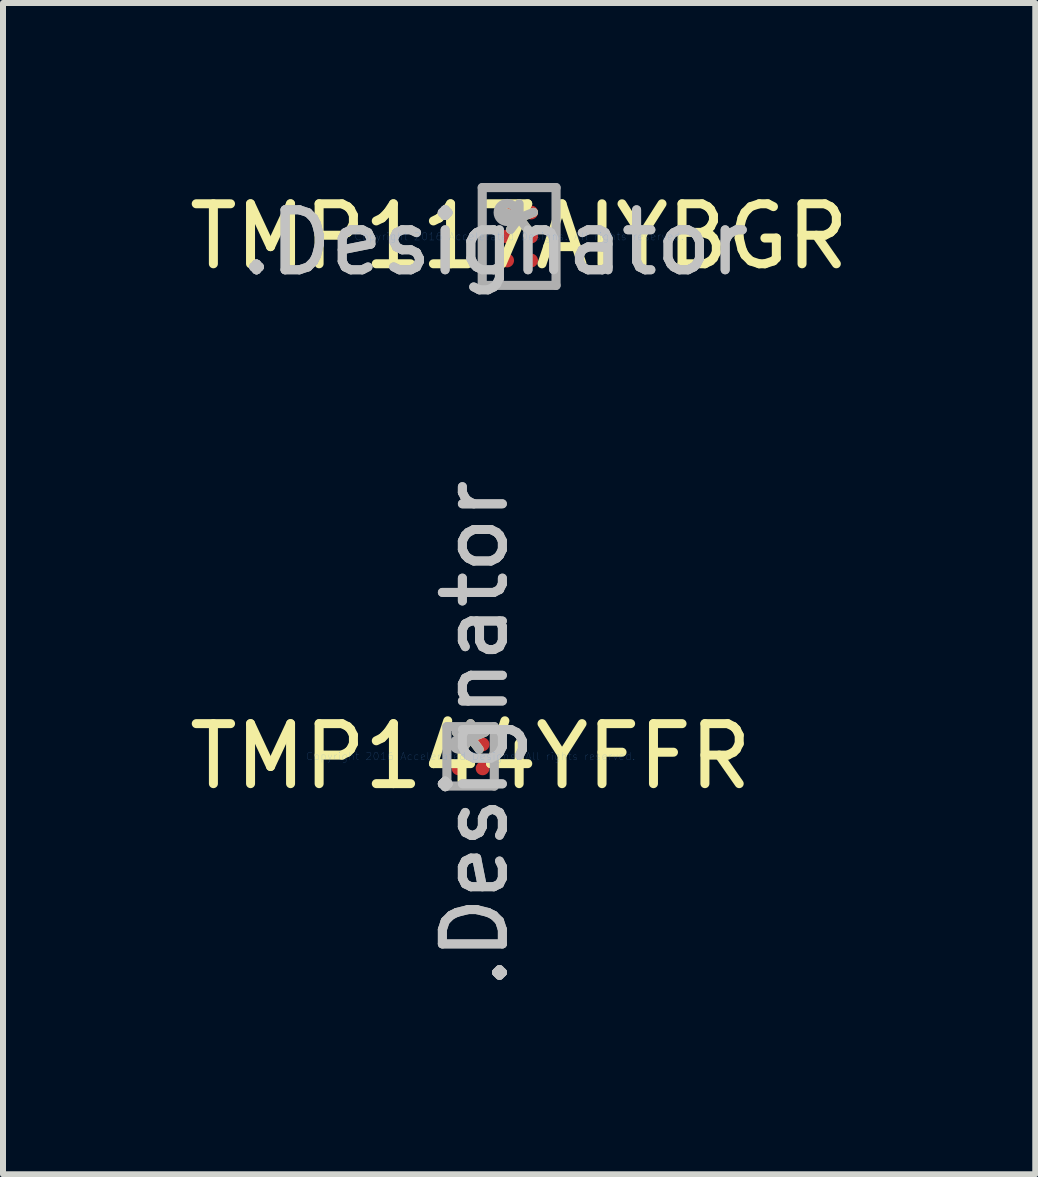
<source format=kicad_pcb>
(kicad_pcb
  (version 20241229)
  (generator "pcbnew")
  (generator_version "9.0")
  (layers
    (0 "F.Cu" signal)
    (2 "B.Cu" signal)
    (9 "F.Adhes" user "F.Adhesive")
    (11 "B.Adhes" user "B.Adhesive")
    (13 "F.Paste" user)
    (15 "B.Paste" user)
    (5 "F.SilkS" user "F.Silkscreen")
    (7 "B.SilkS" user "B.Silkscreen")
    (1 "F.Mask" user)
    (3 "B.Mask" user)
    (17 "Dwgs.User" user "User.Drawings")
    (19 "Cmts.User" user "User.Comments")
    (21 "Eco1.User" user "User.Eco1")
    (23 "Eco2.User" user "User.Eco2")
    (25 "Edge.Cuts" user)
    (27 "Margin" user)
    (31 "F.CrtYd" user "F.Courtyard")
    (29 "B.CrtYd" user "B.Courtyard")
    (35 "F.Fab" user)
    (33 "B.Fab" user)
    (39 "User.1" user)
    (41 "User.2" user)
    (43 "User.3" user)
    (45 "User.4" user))
  (footprint "TMP117AIYBGR"
    (layer "F.Cu")
    (at 5.601 0.891)
    (property "Reference" "TMP117AIYBGR" (at 0 0 0) (layer "F.SilkS") (effects (font (size 1 1) (thickness 0.15))))
    (attr through_hole)
    (fp_line (start -0.325 -0.475) (end -0.275 -0.525) (stroke (width 0.152) (type solid)) (layer "F.Paste"))
    (fp_line (start -0.325 -0.325) (end -0.325 -0.475) (stroke (width 0.152) (type solid)) (layer "F.Paste"))
    (fp_line (start -0.325 -0.075) (end -0.275 -0.125) (stroke (width 0.152) (type solid)) (layer "F.Paste"))
    (fp_line (start -0.325 0.075) (end -0.325 -0.075) (stroke (width 0.152) (type solid)) (layer "F.Paste"))
    (fp_line (start -0.325 0.325) (end -0.275 0.275) (stroke (width 0.152) (type solid)) (layer "F.Paste"))
    (fp_line (start -0.325 0.475) (end -0.325 0.325) (stroke (width 0.152) (type solid)) (layer "F.Paste"))
    (fp_line (start -0.275 -0.525) (end -0.125 -0.525) (stroke (width 0.152) (type solid)) (layer "F.Paste"))
    (fp_line (start -0.275 -0.275) (end -0.325 -0.325) (stroke (width 0.152) (type solid)) (layer "F.Paste"))
    (fp_line (start -0.275 -0.125) (end -0.125 -0.125) (stroke (width 0.152) (type solid)) (layer "F.Paste"))
    (fp_line (start -0.275 0.125) (end -0.325 0.075) (stroke (width 0.152) (type solid)) (layer "F.Paste"))
    (fp_line (start -0.275 0.275) (end -0.125 0.275) (stroke (width 0.152) (type solid)) (layer "F.Paste"))
    (fp_line (start -0.275 0.525) (end -0.325 0.475) (stroke (width 0.152) (type solid)) (layer "F.Paste"))
    (fp_line (start -0.125 -0.525) (end -0.075 -0.475) (stroke (width 0.152) (type solid)) (layer "F.Paste"))
    (fp_line (start -0.125 -0.275) (end -0.275 -0.275) (stroke (width 0.152) (type solid)) (layer "F.Paste"))
    (fp_line (start -0.125 -0.125) (end -0.075 -0.075) (stroke (width 0.152) (type solid)) (layer "F.Paste"))
    (fp_line (start -0.125 0.125) (end -0.275 0.125) (stroke (width 0.152) (type solid)) (layer "F.Paste"))
    (fp_line (start -0.125 0.275) (end -0.075 0.325) (stroke (width 0.152) (type solid)) (layer "F.Paste"))
    (fp_line (start -0.125 0.525) (end -0.275 0.525) (stroke (width 0.152) (type solid)) (layer "F.Paste"))
    (fp_line (start -0.075 -0.475) (end -0.075 -0.325) (stroke (width 0.152) (type solid)) (layer "F.Paste"))
    (fp_line (start -0.075 -0.325) (end -0.125 -0.275) (stroke (width 0.152) (type solid)) (layer "F.Paste"))
    (fp_line (start -0.075 -0.075) (end -0.075 0.075) (stroke (width 0.152) (type solid)) (layer "F.Paste"))
    (fp_line (start -0.075 0.075) (end -0.125 0.125) (stroke (width 0.152) (type solid)) (layer "F.Paste"))
    (fp_line (start -0.075 0.325) (end -0.075 0.475) (stroke (width 0.152) (type solid)) (layer "F.Paste"))
    (fp_line (start -0.075 0.475) (end -0.125 0.525) (stroke (width 0.152) (type solid)) (layer "F.Paste"))
    (fp_line (start 0.075 -0.475) (end 0.125 -0.525) (stroke (width 0.152) (type solid)) (layer "F.Paste"))
    (fp_line (start 0.075 -0.325) (end 0.075 -0.475) (stroke (width 0.152) (type solid)) (layer "F.Paste"))
    (fp_line (start 0.075 -0.075) (end 0.125 -0.125) (stroke (width 0.152) (type solid)) (layer "F.Paste"))
    (fp_line (start 0.075 0.075) (end 0.075 -0.075) (stroke (width 0.152) (type solid)) (layer "F.Paste"))
    (fp_line (start 0.075 0.325) (end 0.125 0.275) (stroke (width 0.152) (type solid)) (layer "F.Paste"))
    (fp_line (start 0.075 0.475) (end 0.075 0.325) (stroke (width 0.152) (type solid)) (layer "F.Paste"))
    (fp_line (start 0.125 -0.525) (end 0.275 -0.525) (stroke (width 0.152) (type solid)) (layer "F.Paste"))
    (fp_line (start 0.125 -0.275) (end 0.075 -0.325) (stroke (width 0.152) (type solid)) (layer "F.Paste"))
    (fp_line (start 0.125 -0.125) (end 0.275 -0.125) (stroke (width 0.152) (type solid)) (layer "F.Paste"))
    (fp_line (start 0.125 0.125) (end 0.075 0.075) (stroke (width 0.152) (type solid)) (layer "F.Paste"))
    (fp_line (start 0.125 0.275) (end 0.275 0.275) (stroke (width 0.152) (type solid)) (layer "F.Paste"))
    (fp_line (start 0.125 0.525) (end 0.075 0.475) (stroke (width 0.152) (type solid)) (layer "F.Paste"))
    (fp_line (start 0.275 -0.525) (end 0.325 -0.475) (stroke (width 0.152) (type solid)) (layer "F.Paste"))
    (fp_line (start 0.275 -0.275) (end 0.125 -0.275) (stroke (width 0.152) (type solid)) (layer "F.Paste"))
    (fp_line (start 0.275 -0.125) (end 0.325 -0.075) (stroke (width 0.152) (type solid)) (layer "F.Paste"))
    (fp_line (start 0.275 0.125) (end 0.125 0.125) (stroke (width 0.152) (type solid)) (layer "F.Paste"))
    (fp_line (start 0.275 0.275) (end 0.325 0.325) (stroke (width 0.152) (type solid)) (layer "F.Paste"))
    (fp_line (start 0.275 0.525) (end 0.125 0.525) (stroke (width 0.152) (type solid)) (layer "F.Paste"))
    (fp_line (start 0.325 -0.475) (end 0.325 -0.325) (stroke (width 0.152) (type solid)) (layer "F.Paste"))
    (fp_line (start 0.325 -0.325) (end 0.275 -0.275) (stroke (width 0.152) (type solid)) (layer "F.Paste"))
    (fp_line (start 0.325 -0.075) (end 0.325 0.075) (stroke (width 0.152) (type solid)) (layer "F.Paste"))
    (fp_line (start 0.325 0.075) (end 0.275 0.125) (stroke (width 0.152) (type solid)) (layer "F.Paste"))
    (fp_line (start 0.325 0.325) (end 0.325 0.475) (stroke (width 0.152) (type solid)) (layer "F.Paste"))
    (fp_line (start 0.325 0.475) (end 0.275 0.525) (stroke (width 0.152) (type solid)) (layer "F.Paste"))
    (fp_line (start -0.615 -0.815) (end 0.615 -0.815) (stroke (width 0.152) (type solid)) (layer "F.Fab"))
    (fp_line (start -0.615 0.815) (end -0.615 -0.815) (stroke (width 0.152) (type solid)) (layer "F.Fab"))
    (fp_line (start -0.615 0.815) (end 0.615 0.815) (stroke (width 0.152) (type solid)) (layer "F.Fab"))
    (fp_line (start 0.615 0.815) (end 0.615 -0.815) (stroke (width 0.152) (type solid)) (layer "F.Fab"))
    (fp_circle (center -0.2 -0.4) (end -0.05 -0.4) (stroke (width 0.152) (type solid)) (fill no) (layer "F.Fab"))
    (fp_text user "*" (at 0 0 0) (layer "F.SilkS") (effects (font (size 1 1) (thickness 0.15))))
    (fp_text user ".Designator" (at -0.4 0.1 0) (layer "Dwgs.User") (effects (font (size 1 1) (thickness 0.15))))
    (fp_text user "Copyright 2016 Accelerated Designs. All rights reserved." (at 0 0 0) (layer "Cmts.User") (effects (font (size 0.127 0.127) (thickness 0.002))))
    (fp_text user "*" (at 0 0 0) (layer "F.Fab") (effects (font (size 1 1) (thickness 0.15))))
    (fp_text user ".Designator" (at -0.4 0.1 0) (layer "F.Fab") (effects (font (size 1 1) (thickness 0.15))))
    (pad "1" smd circle (at -0.2 -0.4) (size 0.23 0.23) (layers "F.Cu" "F.Mask" "F.Paste"))
    (pad "2" smd circle (at 0.2 -0.4) (size 0.23 0.23) (layers "F.Cu" "F.Mask" "F.Paste"))
    (pad "3" smd circle (at -0.2 0) (size 0.23 0.23) (layers "F.Cu" "F.Mask" "F.Paste"))
    (pad "4" smd circle (at 0.2 0) (size 0.23 0.23) (layers "F.Cu" "F.Mask" "F.Paste"))
    (pad "5" smd circle (at -0.2 0.4) (size 0.23 0.23) (layers "F.Cu" "F.Mask" "F.Paste"))
    (pad "6" smd circle (at 0.2 0.4) (size 0.23 0.23) (layers "F.Cu" "F.Mask" "F.Paste")))
  (footprint "TMP144YFFR"
    (layer "F.Cu")
    (at 4.792 9.554)
    (property "Reference" "TMP144YFFR" (at 0 0 0) (layer "F.SilkS") (effects (font (size 1 1) (thickness 0.15))))
    (attr through_hole)
    (fp_line (start -0.325 -0.275) (end -0.325 -0.125) (stroke (width 0.152) (type solid)) (layer "F.Paste"))
    (fp_line (start -0.325 -0.125) (end -0.275 -0.125) (stroke (width 0.152) (type solid)) (layer "F.Paste"))
    (fp_line (start -0.325 0.125) (end -0.325 0.275) (stroke (width 0.152) (type solid)) (layer "F.Paste"))
    (fp_line (start -0.325 0.275) (end -0.275 0.275) (stroke (width 0.152) (type solid)) (layer "F.Paste"))
    (fp_line (start -0.275 0.125) (end -0.275 0.275) (stroke (width 0.152) (type solid)) (layer "F.Paste"))
    (fp_line (start -0.275 0.275) (end -0.125 0.275) (stroke (width 0.152) (type solid)) (layer "F.Paste"))
    (fp_line (start -0.275 -0.325) (end -0.275 -0.275) (stroke (width 0.152) (type solid)) (layer "F.Paste"))
    (fp_line (start -0.275 -0.275) (end -0.275 -0.125) (stroke (width 0.152) (type solid)) (layer "F.Paste"))
    (fp_line (start -0.275 -0.275) (end -0.325 -0.275) (stroke (width 0.152) (type solid)) (layer "F.Paste"))
    (fp_line (start -0.275 -0.275) (end -0.125 -0.275) (stroke (width 0.152) (type solid)) (layer "F.Paste"))
    (fp_line (start -0.275 -0.125) (end -0.275 -0.275) (stroke (width 0.152) (type solid)) (layer "F.Paste"))
    (fp_line (start -0.275 -0.125) (end -0.275 -0.075) (stroke (width 0.152) (type solid)) (layer "F.Paste"))
    (fp_line (start -0.275 -0.125) (end -0.125 -0.125) (stroke (width 0.152) (type solid)) (layer "F.Paste"))
    (fp_line (start -0.275 -0.075) (end -0.125 -0.075) (stroke (width 0.152) (type solid)) (layer "F.Paste"))
    (fp_line (start -0.275 0.075) (end -0.275 0.125) (stroke (width 0.152) (type solid)) (layer "F.Paste"))
    (fp_line (start -0.275 0.125) (end -0.325 0.125) (stroke (width 0.152) (type solid)) (layer "F.Paste"))
    (fp_line (start -0.275 0.125) (end -0.125 0.125) (stroke (width 0.152) (type solid)) (layer "F.Paste"))
    (fp_line (start -0.275 0.275) (end -0.275 0.125) (stroke (width 0.152) (type solid)) (layer "F.Paste"))
    (fp_line (start -0.275 0.275) (end -0.275 0.325) (stroke (width 0.152) (type solid)) (layer "F.Paste"))
    (fp_line (start -0.275 0.325) (end -0.125 0.325) (stroke (width 0.152) (type solid)) (layer "F.Paste"))
    (fp_line (start -0.125 -0.325) (end -0.275 -0.325) (stroke (width 0.152) (type solid)) (layer "F.Paste"))
    (fp_line (start -0.125 -0.275) (end -0.125 -0.325) (stroke (width 0.152) (type solid)) (layer "F.Paste"))
    (fp_line (start -0.125 -0.275) (end -0.125 -0.125) (stroke (width 0.152) (type solid)) (layer "F.Paste"))
    (fp_line (start -0.125 -0.125) (end -0.275 -0.125) (stroke (width 0.152) (type solid)) (layer "F.Paste"))
    (fp_line (start -0.125 -0.125) (end -0.075 -0.125) (stroke (width 0.152) (type solid)) (layer "F.Paste"))
    (fp_line (start -0.125 -0.075) (end -0.125 -0.125) (stroke (width 0.152) (type solid)) (layer "F.Paste"))
    (fp_line (start -0.125 0.075) (end -0.275 0.075) (stroke (width 0.152) (type solid)) (layer "F.Paste"))
    (fp_line (start -0.125 0.125) (end -0.275 0.125) (stroke (width 0.152) (type solid)) (layer "F.Paste"))
    (fp_line (start -0.125 0.125) (end -0.125 0.075) (stroke (width 0.152) (type solid)) (layer "F.Paste"))
    (fp_line (start -0.125 0.125) (end -0.125 0.275) (stroke (width 0.152) (type solid)) (layer "F.Paste"))
    (fp_line (start -0.125 0.275) (end -0.275 0.275) (stroke (width 0.152) (type solid)) (layer "F.Paste"))
    (fp_line (start -0.125 0.275) (end -0.075 0.275) (stroke (width 0.152) (type solid)) (layer "F.Paste"))
    (fp_line (start -0.125 0.275) (end -0.125 0.125) (stroke (width 0.152) (type solid)) (layer "F.Paste"))
    (fp_line (start -0.125 0.325) (end -0.125 0.275) (stroke (width 0.152) (type solid)) (layer "F.Paste"))
    (fp_line (start -0.125 -0.275) (end -0.275 -0.275) (stroke (width 0.152) (type solid)) (layer "F.Paste"))
    (fp_line (start -0.125 -0.125) (end -0.125 -0.275) (stroke (width 0.152) (type solid)) (layer "F.Paste"))
    (fp_line (start -0.075 -0.275) (end -0.125 -0.275) (stroke (width 0.152) (type solid)) (layer "F.Paste"))
    (fp_line (start -0.075 -0.125) (end -0.075 -0.275) (stroke (width 0.152) (type solid)) (layer "F.Paste"))
    (fp_line (start -0.075 0.125) (end -0.125 0.125) (stroke (width 0.152) (type solid)) (layer "F.Paste"))
    (fp_line (start -0.075 0.275) (end -0.075 0.125) (stroke (width 0.152) (type solid)) (layer "F.Paste"))
    (fp_line (start 0.075 -0.275) (end 0.075 -0.125) (stroke (width 0.152) (type solid)) (layer "F.Paste"))
    (fp_line (start 0.075 -0.125) (end 0.125 -0.125) (stroke (width 0.152) (type solid)) (layer "F.Paste"))
    (fp_line (start 0.075 0.125) (end 0.075 0.275) (stroke (width 0.152) (type solid)) (layer "F.Paste"))
    (fp_line (start 0.075 0.275) (end 0.125 0.275) (stroke (width 0.152) (type solid)) (layer "F.Paste"))
    (fp_line (start 0.125 -0.325) (end 0.125 -0.275) (stroke (width 0.152) (type solid)) (layer "F.Paste"))
    (fp_line (start 0.125 -0.275) (end 0.075 -0.275) (stroke (width 0.152) (type solid)) (layer "F.Paste"))
    (fp_line (start 0.125 -0.275) (end 0.275 -0.275) (stroke (width 0.152) (type solid)) (layer "F.Paste"))
    (fp_line (start 0.125 -0.125) (end 0.125 -0.275) (stroke (width 0.152) (type solid)) (layer "F.Paste"))
    (fp_line (start 0.125 -0.125) (end 0.125 -0.075) (stroke (width 0.152) (type solid)) (layer "F.Paste"))
    (fp_line (start 0.125 -0.075) (end 0.275 -0.075) (stroke (width 0.152) (type solid)) (layer "F.Paste"))
    (fp_line (start 0.125 0.075) (end 0.125 0.125) (stroke (width 0.152) (type solid)) (layer "F.Paste"))
    (fp_line (start 0.125 0.125) (end 0.075 0.125) (stroke (width 0.152) (type solid)) (layer "F.Paste"))
    (fp_line (start 0.125 0.125) (end 0.275 0.125) (stroke (width 0.152) (type solid)) (layer "F.Paste"))
    (fp_line (start 0.125 0.125) (end 0.125 0.275) (stroke (width 0.152) (type solid)) (layer "F.Paste"))
    (fp_line (start 0.125 0.275) (end 0.125 0.125) (stroke (width 0.152) (type solid)) (layer "F.Paste"))
    (fp_line (start 0.125 0.275) (end 0.125 0.325) (stroke (width 0.152) (type solid)) (layer "F.Paste"))
    (fp_line (start 0.125 0.275) (end 0.275 0.275) (stroke (width 0.152) (type solid)) (layer "F.Paste"))
    (fp_line (start 0.125 0.325) (end 0.275 0.325) (stroke (width 0.152) (type solid)) (layer "F.Paste"))
    (fp_line (start 0.125 -0.275) (end 0.125 -0.125) (stroke (width 0.152) (type solid)) (layer "F.Paste"))
    (fp_line (start 0.125 -0.125) (end 0.275 -0.125) (stroke (width 0.152) (type solid)) (layer "F.Paste"))
    (fp_line (start 0.275 -0.325) (end 0.125 -0.325) (stroke (width 0.152) (type solid)) (layer "F.Paste"))
    (fp_line (start 0.275 -0.275) (end 0.275 -0.325) (stroke (width 0.152) (type solid)) (layer "F.Paste"))
    (fp_line (start 0.275 -0.275) (end 0.275 -0.125) (stroke (width 0.152) (type solid)) (layer "F.Paste"))
    (fp_line (start 0.275 -0.125) (end 0.125 -0.125) (stroke (width 0.152) (type solid)) (layer "F.Paste"))
    (fp_line (start 0.275 -0.125) (end 0.325 -0.125) (stroke (width 0.152) (type solid)) (layer "F.Paste"))
    (fp_line (start 0.275 -0.075) (end 0.275 -0.125) (stroke (width 0.152) (type solid)) (layer "F.Paste"))
    (fp_line (start 0.275 0.075) (end 0.125 0.075) (stroke (width 0.152) (type solid)) (layer "F.Paste"))
    (fp_line (start 0.275 0.125) (end 0.275 0.075) (stroke (width 0.152) (type solid)) (layer "F.Paste"))
    (fp_line (start 0.275 0.125) (end 0.275 0.275) (stroke (width 0.152) (type solid)) (layer "F.Paste"))
    (fp_line (start 0.275 0.275) (end 0.125 0.275) (stroke (width 0.152) (type solid)) (layer "F.Paste"))
    (fp_line (start 0.275 0.275) (end 0.325 0.275) (stroke (width 0.152) (type solid)) (layer "F.Paste"))
    (fp_line (start 0.275 0.325) (end 0.275 0.275) (stroke (width 0.152) (type solid)) (layer "F.Paste"))
    (fp_line (start 0.275 0.125) (end 0.125 0.125) (stroke (width 0.152) (type solid)) (layer "F.Paste"))
    (fp_line (start 0.275 0.275) (end 0.275 0.125) (stroke (width 0.152) (type solid)) (layer "F.Paste"))
    (fp_line (start 0.275 -0.275) (end 0.125 -0.275) (stroke (width 0.152) (type solid)) (layer "F.Paste"))
    (fp_line (start 0.275 -0.125) (end 0.275 -0.275) (stroke (width 0.152) (type solid)) (layer "F.Paste"))
    (fp_line (start 0.325 -0.275) (end 0.275 -0.275) (stroke (width 0.152) (type solid)) (layer "F.Paste"))
    (fp_line (start 0.325 -0.125) (end 0.325 -0.275) (stroke (width 0.152) (type solid)) (layer "F.Paste"))
    (fp_line (start 0.325 0.125) (end 0.275 0.125) (stroke (width 0.152) (type solid)) (layer "F.Paste"))
    (fp_line (start 0.325 0.275) (end 0.325 0.125) (stroke (width 0.152) (type solid)) (layer "F.Paste"))
    (fp_line (start -0.395 -0.495) (end 0.395 -0.495) (stroke (width 0.152) (type solid)) (layer "F.Fab"))
    (fp_line (start -0.395 0.495) (end -0.395 -0.495) (stroke (width 0.152) (type solid)) (layer "F.Fab"))
    (fp_line (start -0.395 0.495) (end 0.395 0.495) (stroke (width 0.152) (type solid)) (layer "F.Fab"))
    (fp_line (start 0.395 0.495) (end 0.395 -0.495) (stroke (width 0.152) (type solid)) (layer "F.Fab"))
    (fp_circle (center -0.2 -0.2) (end -0.12 -0.2) (stroke (width 0.152) (type solid)) (fill no) (layer "F.Fab"))
    (fp_text user "*" (at 0 0 0) (layer "F.SilkS") (effects (font (size 1 1) (thickness 0.15))))
    (fp_text user ".Designator" (at 0.075 -0.375 270) (layer "Dwgs.User") (effects (font (size 1 1) (thickness 0.15))))
    (fp_text user "Copyright 2016 Accelerated Designs. All rights reserved." (at 0 0 0) (layer "Cmts.User") (effects (font (size 0.127 0.127) (thickness 0.002))))
    (fp_text user "*" (at 0 0 0) (layer "F.Fab") (effects (font (size 1 1) (thickness 0.15))))
    (fp_text user ".Designator" (at 0.075 -0.375 270) (layer "F.Fab") (effects (font (size 1 1) (thickness 0.15))))
    (pad "A1" smd circle (at -0.2 -0.2 90) (size 0.23 0.23) (layers "F.Cu" "F.Mask" "F.Paste"))
    (pad "A2" smd circle (at 0.2 -0.2 90) (size 0.23 0.23) (layers "F.Cu" "F.Mask" "F.Paste"))
    (pad "B1" smd circle (at -0.2 0.2 90) (size 0.23 0.23) (layers "F.Cu" "F.Mask" "F.Paste"))
    (pad "B2" smd circle (at 0.2 0.2 90) (size 0.23 0.23) (layers "F.Cu" "F.Mask" "F.Paste")))
  (gr_rect
    (start -3 -3)
    (end 14.202 16.518)
    (stroke (width 0.1) (type default))
    (fill no)
    (layer "Edge.Cuts")))
</source>
